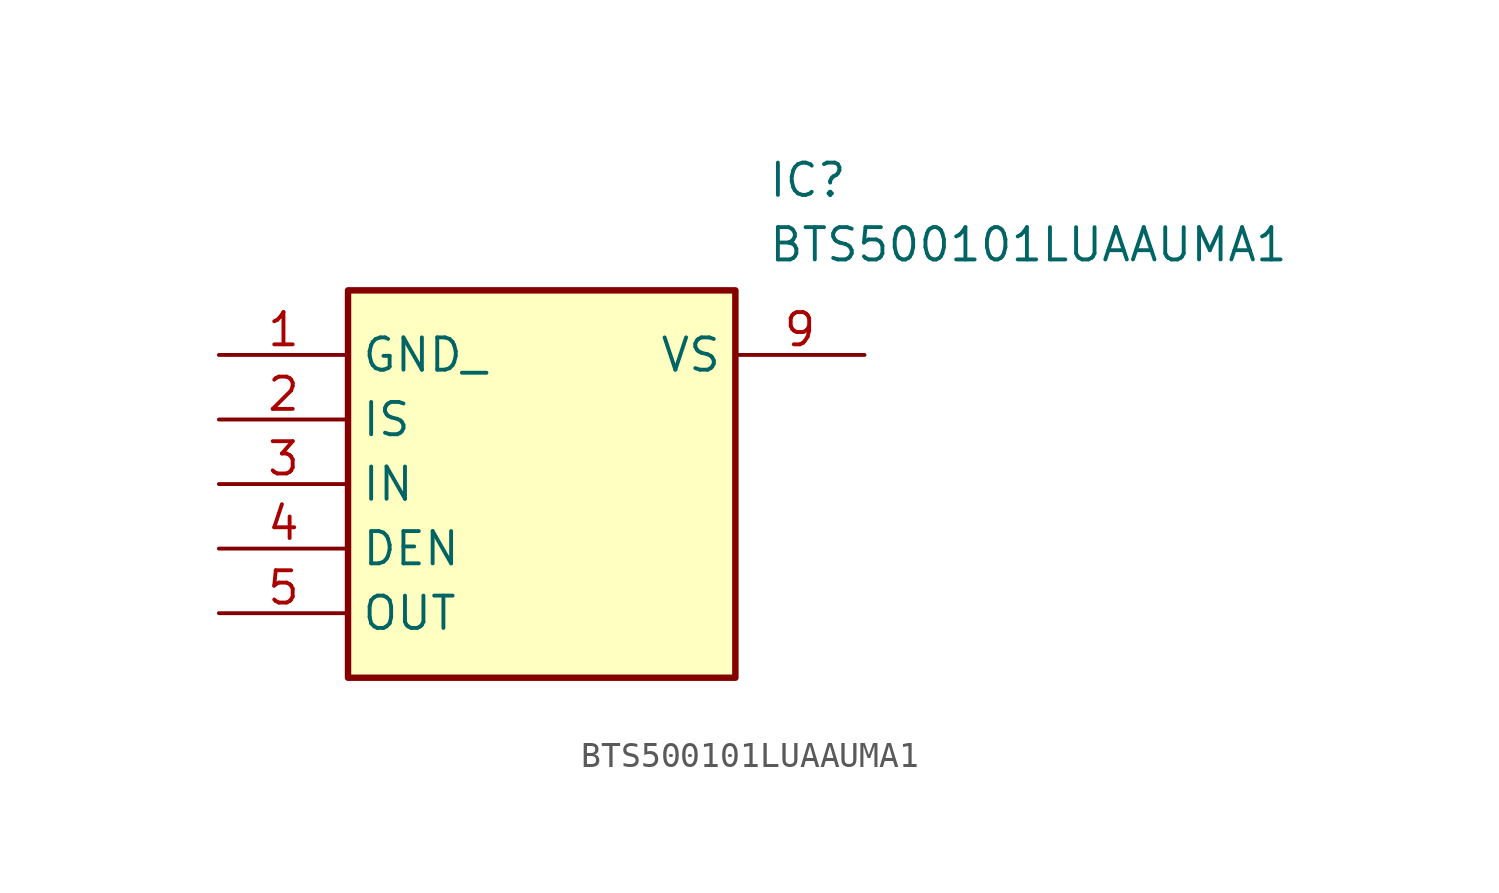
<source format=kicad_sym>
(kicad_symbol_lib
  (version 20211014)
  (generator SamacSys_ECAD_Model)
  (symbol "BTS500101LUAAUMA1"
    (property "Reference" "IC"
      (at 21.59 7.62 0)
      (effects (font (size 1.27 1.27)) (justify left top)))
    (property "Value" "BTS500101LUAAUMA1"
      (at 21.59 5.08 0)
      (effects (font (size 1.27 1.27)) (justify left top)))
    (rectangle
      (start 5.08 2.54)
      (end 20.32 -12.7)
      (stroke (width 0.254) (type default))
      (fill (type background)))
    (pin passive line
      (at 0 0 0)
      (length 5.08)
      (name "GND_" (effects (font (size 1.27 1.27))))
      (number "1" (effects (font (size 1.27 1.27)))))
    (pin passive line
      (at 0 -2.54 0)
      (length 5.08)
      (name "IS" (effects (font (size 1.27 1.27))))
      (number "2" (effects (font (size 1.27 1.27)))))
    (pin passive line
      (at 0 -5.08 0)
      (length 5.08)
      (name "IN" (effects (font (size 1.27 1.27))))
      (number "3" (effects (font (size 1.27 1.27)))))
    (pin passive line
      (at 0 -7.62 0)
      (length 5.08)
      (name "DEN" (effects (font (size 1.27 1.27))))
      (number "4" (effects (font (size 1.27 1.27)))))
    (pin passive line
      (at 0 -10.16 0)
      (length 5.08)
      (name "OUT" (effects (font (size 1.27 1.27))))
      (number "5" (effects (font (size 1.27 1.27)))))
    (pin passive line
      (at 25.4 0 180)
      (length 5.08)
      (name "VS" (effects (font (size 1.27 1.27))))
      (number "9" (effects (font (size 1.27 1.27)))))))
</source>
